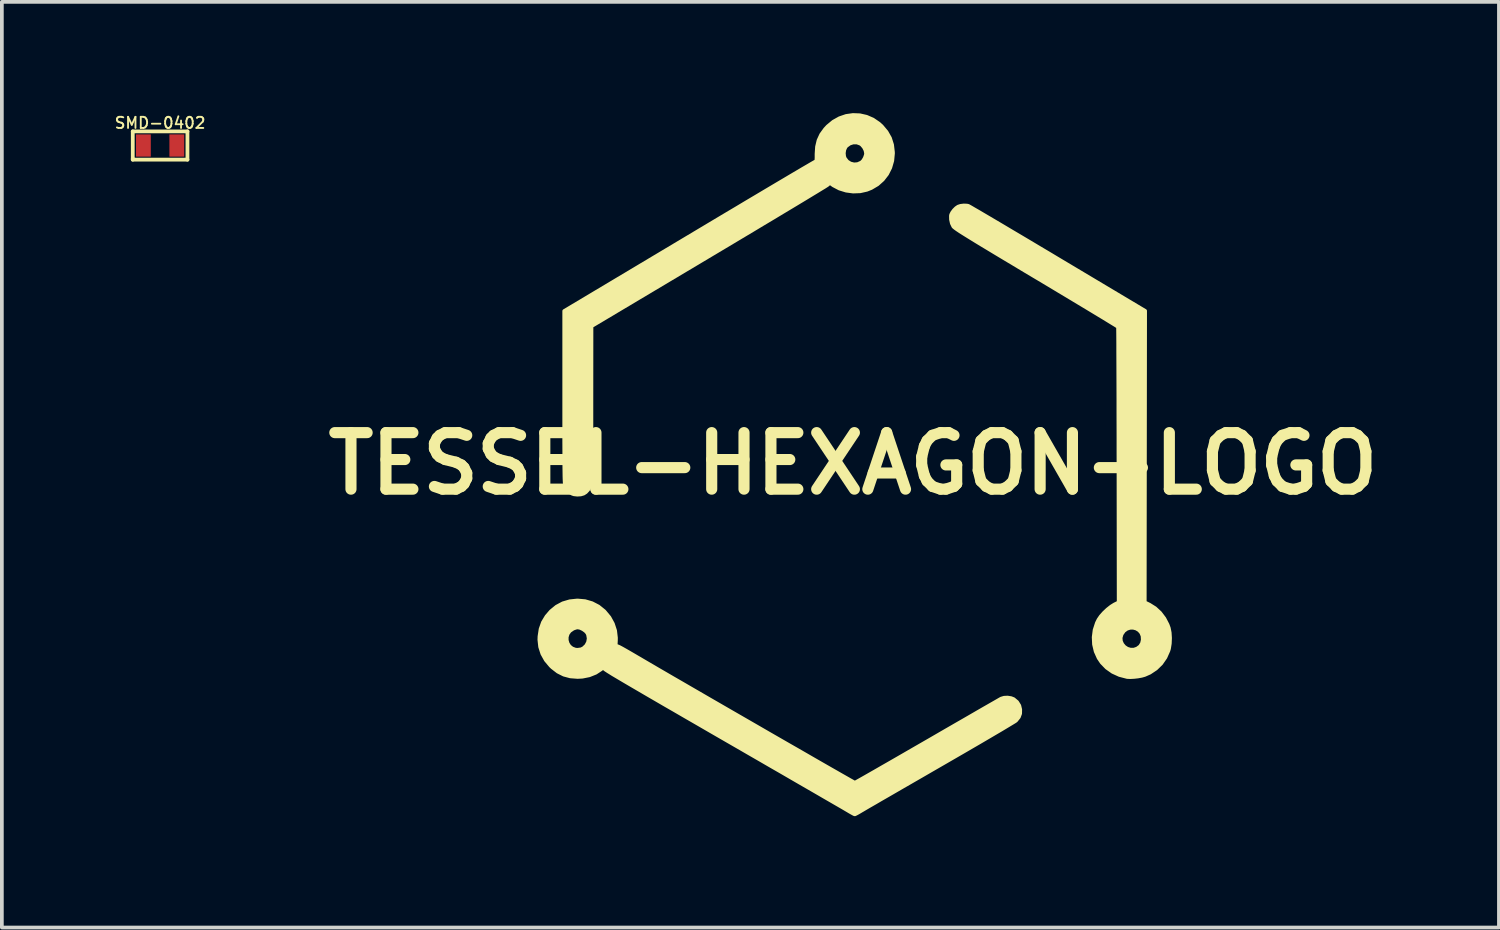
<source format=kicad_pcb>
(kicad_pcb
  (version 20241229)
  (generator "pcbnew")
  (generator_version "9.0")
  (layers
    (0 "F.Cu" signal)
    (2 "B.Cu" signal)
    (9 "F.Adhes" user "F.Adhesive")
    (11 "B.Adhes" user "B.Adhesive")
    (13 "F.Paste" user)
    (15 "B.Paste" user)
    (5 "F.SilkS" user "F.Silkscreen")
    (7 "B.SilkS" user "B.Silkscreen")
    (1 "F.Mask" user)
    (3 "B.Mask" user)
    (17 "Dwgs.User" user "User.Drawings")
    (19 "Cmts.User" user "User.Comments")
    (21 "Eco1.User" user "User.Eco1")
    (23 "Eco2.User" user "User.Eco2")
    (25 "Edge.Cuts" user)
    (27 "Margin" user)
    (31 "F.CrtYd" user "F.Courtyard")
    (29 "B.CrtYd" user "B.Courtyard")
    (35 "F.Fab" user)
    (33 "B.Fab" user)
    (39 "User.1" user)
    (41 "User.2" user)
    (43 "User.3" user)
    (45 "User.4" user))
  (footprint "TESSEL-HEXAGON-LOGO"
    (layer "F.Cu")
    (at 19.946 9.447)
    (property "Reference" "TESSEL-HEXAGON-LOGO" (at 0 0 0) (layer "F.SilkS") (effects (font (size 1.524 1.524) (thickness 0.3))))
    (attr through_hole)
    (fp_poly (pts (xy 8.546 4.703) (xy 8.54 4.851) (xy 8.518 4.988) (xy 8.502 5.043) (xy 8.42 5.227) (xy 8.307 5.39) (xy 8.166 5.527) (xy 8.001 5.637) (xy 7.863 5.698) (xy 7.811 5.713) (xy 7.811 4.751) (xy 7.805 4.647) (xy 7.77 4.561) (xy 7.712 4.494) (xy 7.637 4.448) (xy 7.553 4.425) (xy 7.465 4.427) (xy 7.38 4.455) (xy 7.304 4.51) (xy 7.244 4.595) (xy 7.24 4.603) (xy 7.213 4.697) (xy 7.221 4.788) (xy 7.257 4.87) (xy 7.315 4.939) (xy 7.391 4.99) (xy 7.479 5.017) (xy 7.573 5.016) (xy 7.658 4.987) (xy 7.739 4.927) (xy 7.79 4.845) (xy 7.811 4.751) (xy 7.811 5.713) (xy 7.781 5.721) (xy 7.678 5.74) (xy 7.57 5.752) (xy 7.47 5.757) (xy 7.391 5.753) (xy 7.386 5.752) (xy 7.182 5.699) (xy 6.998 5.615) (xy 6.838 5.502) (xy 6.704 5.364) (xy 6.621 5.242) (xy 6.541 5.064) (xy 6.496 4.874) (xy 6.487 4.68) (xy 6.512 4.486) (xy 6.573 4.298) (xy 6.617 4.208) (xy 6.677 4.12) (xy 6.761 4.025) (xy 6.858 3.933) (xy 6.958 3.854) (xy 7.044 3.8) (xy 7.161 3.742) (xy 7.156 0.039) (xy 7.155 -0.339) (xy 7.155 -0.706) (xy 7.154 -1.061) (xy 7.153 -1.401) (xy 7.153 -1.726) (xy 7.152 -2.033) (xy 7.151 -2.319) (xy 7.15 -2.584) (xy 7.149 -2.825) (xy 7.148 -3.04) (xy 7.148 -3.227) (xy 7.147 -3.386) (xy 7.146 -3.512) (xy 7.145 -3.605) (xy 7.144 -3.663) (xy 7.143 -3.684) (xy 7.126 -3.696) (xy 7.077 -3.728) (xy 6.998 -3.776) (xy 6.892 -3.841) (xy 6.76 -3.922) (xy 6.604 -4.016) (xy 6.427 -4.123) (xy 6.23 -4.242) (xy 6.015 -4.371) (xy 5.784 -4.51) (xy 5.54 -4.656) (xy 5.284 -4.81) (xy 5.018 -4.969) (xy 4.945 -5.012) (xy 4.621 -5.205) (xy 4.33 -5.38) (xy 4.069 -5.536) (xy 3.837 -5.675) (xy 3.632 -5.799) (xy 3.452 -5.907) (xy 3.296 -6.002) (xy 3.163 -6.084) (xy 3.05 -6.154) (xy 2.957 -6.212) (xy 2.88 -6.261) (xy 2.82 -6.301) (xy 2.774 -6.333) (xy 2.74 -6.359) (xy 2.717 -6.378) (xy 2.704 -6.392) (xy 2.703 -6.394) (xy 2.663 -6.477) (xy 2.641 -6.578) (xy 2.639 -6.676) (xy 2.645 -6.71) (xy 2.672 -6.765) (xy 2.719 -6.829) (xy 2.777 -6.887) (xy 2.833 -6.926) (xy 2.9 -6.948) (xy 2.985 -6.958) (xy 3.067 -6.955) (xy 3.107 -6.947) (xy 3.129 -6.935) (xy 3.183 -6.905) (xy 3.266 -6.856) (xy 3.378 -6.792) (xy 3.515 -6.711) (xy 3.675 -6.617) (xy 3.858 -6.509) (xy 4.061 -6.389) (xy 4.281 -6.258) (xy 4.518 -6.118) (xy 4.769 -5.969) (xy 5.032 -5.812) (xy 5.305 -5.65) (xy 5.515 -5.524) (xy 7.874 -4.117) (xy 7.869 -0.188) (xy 7.864 3.742) (xy 7.993 3.805) (xy 8.143 3.899) (xy 8.279 4.025) (xy 8.392 4.175) (xy 8.479 4.342) (xy 8.512 4.432) (xy 8.537 4.558) (xy 8.546 4.703)) (stroke (width 0.1) (type solid)) (fill yes) (layer "F.SilkS"))
    (fp_poly (pts (xy 1.077 -8.362) (xy 1.058 -8.164) (xy 1.004 -7.977) (xy 0.918 -7.806) (xy 0.802 -7.656) (xy 0.659 -7.528) (xy 0.492 -7.429) (xy 0.373 -7.381) (xy 0.351 -7.376) (xy 0.351 -8.367) (xy 0.335 -8.446) (xy 0.293 -8.528) (xy 0.235 -8.596) (xy 0.2 -8.622) (xy 0.106 -8.656) (xy 0.005 -8.657) (xy -0.091 -8.626) (xy -0.174 -8.566) (xy -0.201 -8.535) (xy -0.235 -8.461) (xy -0.249 -8.37) (xy -0.24 -8.28) (xy -0.221 -8.227) (xy -0.157 -8.144) (xy -0.073 -8.09) (xy 0.025 -8.065) (xy 0.126 -8.073) (xy 0.224 -8.116) (xy 0.225 -8.117) (xy 0.275 -8.167) (xy 0.318 -8.24) (xy 0.346 -8.32) (xy 0.351 -8.367) (xy 0.351 -7.376) (xy 0.192 -7.34) (xy 0.003 -7.333) (xy -0.186 -7.358) (xy -0.367 -7.414) (xy -0.531 -7.5) (xy -0.57 -7.528) (xy -0.623 -7.567) (xy -0.689 -7.511) (xy -0.713 -7.495) (xy -0.768 -7.46) (xy -0.854 -7.408) (xy -0.968 -7.338) (xy -1.109 -7.253) (xy -1.275 -7.152) (xy -1.464 -7.038) (xy -1.675 -6.911) (xy -1.907 -6.772) (xy -2.156 -6.622) (xy -2.423 -6.463) (xy -2.704 -6.294) (xy -2.999 -6.118) (xy -3.305 -5.935) (xy -3.622 -5.746) (xy -3.904 -5.578) (xy -7.051 -3.703) (xy -7.053 -1.583) (xy -7.053 -1.249) (xy -7.053 -0.952) (xy -7.054 -0.689) (xy -7.054 -0.459) (xy -7.055 -0.259) (xy -7.056 -0.087) (xy -7.057 0.059) (xy -7.058 0.182) (xy -7.06 0.284) (xy -7.062 0.368) (xy -7.064 0.434) (xy -7.067 0.486) (xy -7.07 0.527) (xy -7.074 0.557) (xy -7.079 0.579) (xy -7.084 0.596) (xy -7.089 0.61) (xy -7.092 0.615) (xy -7.144 0.708) (xy -7.203 0.771) (xy -7.262 0.809) (xy -7.339 0.832) (xy -7.433 0.838) (xy -7.524 0.828) (xy -7.571 0.812) (xy -7.668 0.748) (xy -7.745 0.652) (xy -7.752 0.639) (xy -7.757 0.628) (xy -7.761 0.613) (xy -7.766 0.592) (xy -7.769 0.564) (xy -7.772 0.525) (xy -7.775 0.474) (xy -7.778 0.408) (xy -7.78 0.326) (xy -7.781 0.226) (xy -7.783 0.105) (xy -7.784 -0.039) (xy -7.784 -0.207) (xy -7.785 -0.403) (xy -7.786 -0.627) (xy -7.786 -0.883) (xy -7.786 -1.172) (xy -7.786 -1.496) (xy -7.786 -1.768) (xy -7.786 -4.113) (xy -4.426 -6.119) (xy -4.093 -6.318) (xy -3.768 -6.512) (xy -3.453 -6.7) (xy -3.15 -6.88) (xy -2.861 -7.053) (xy -2.586 -7.216) (xy -2.329 -7.369) (xy -2.09 -7.511) (xy -1.87 -7.641) (xy -1.673 -7.758) (xy -1.498 -7.861) (xy -1.349 -7.949) (xy -1.225 -8.021) (xy -1.13 -8.077) (xy -1.064 -8.115) (xy -1.03 -8.134) (xy -1.025 -8.136) (xy -1.006 -8.143) (xy -0.994 -8.159) (xy -0.987 -8.189) (xy -0.984 -8.242) (xy -0.984 -8.326) (xy -0.984 -8.347) (xy -0.971 -8.542) (xy -0.93 -8.714) (xy -0.858 -8.87) (xy -0.753 -9.015) (xy -0.686 -9.088) (xy -0.532 -9.216) (xy -0.364 -9.31) (xy -0.186 -9.371) (xy -0.002 -9.397) (xy 0.182 -9.39) (xy 0.363 -9.349) (xy 0.536 -9.274) (xy 0.697 -9.164) (xy 0.772 -9.096) (xy 0.902 -8.941) (xy 0.996 -8.775) (xy 1.053 -8.594) (xy 1.076 -8.397) (xy 1.077 -8.362)) (stroke (width 0.1) (type solid)) (fill yes) (layer "F.SilkS"))
    (fp_poly (pts (xy 4.507 6.629) (xy 4.505 6.739) (xy 4.47 6.834) (xy 4.399 6.922) (xy 4.391 6.93) (xy 4.366 6.948) (xy 4.309 6.983) (xy 4.223 7.035) (xy 4.11 7.103) (xy 3.971 7.186) (xy 3.809 7.281) (xy 3.627 7.388) (xy 3.426 7.506) (xy 3.209 7.632) (xy 2.977 7.767) (xy 2.733 7.908) (xy 2.479 8.055) (xy 2.335 8.138) (xy 2.075 8.288) (xy 1.823 8.434) (xy 1.58 8.574) (xy 1.349 8.707) (xy 1.133 8.832) (xy 0.934 8.947) (xy 0.753 9.051) (xy 0.594 9.144) (xy 0.458 9.222) (xy 0.348 9.286) (xy 0.267 9.334) (xy 0.215 9.364) (xy 0.202 9.372) (xy 0.136 9.411) (xy 0.082 9.44) (xy 0.05 9.455) (xy 0.045 9.456) (xy 0.023 9.447) (xy -0.025 9.421) (xy -0.09 9.384) (xy -0.127 9.362) (xy -0.161 9.342) (xy -0.227 9.303) (xy -0.323 9.247) (xy -0.448 9.175) (xy -0.598 9.088) (xy -0.773 8.987) (xy -0.969 8.873) (xy -1.187 8.747) (xy -1.423 8.611) (xy -1.675 8.465) (xy -1.942 8.31) (xy -2.222 8.149) (xy -2.512 7.981) (xy -2.812 7.808) (xy -3.019 7.688) (xy -3.439 7.446) (xy -3.827 7.222) (xy -4.184 7.015) (xy -4.51 6.827) (xy -4.808 6.654) (xy -5.079 6.498) (xy -5.323 6.356) (xy -5.542 6.229) (xy -5.737 6.115) (xy -5.91 6.014) (xy -6.062 5.925) (xy -6.195 5.847) (xy -6.308 5.78) (xy -6.404 5.723) (xy -6.485 5.675) (xy -6.55 5.634) (xy -6.602 5.602) (xy -6.642 5.576) (xy -6.671 5.557) (xy -6.691 5.542) (xy -6.702 5.532) (xy -6.703 5.531) (xy -6.725 5.51) (xy -6.745 5.51) (xy -6.779 5.533) (xy -6.791 5.543) (xy -6.938 5.639) (xy -7.108 5.707) (xy -7.126 5.711) (xy -7.126 4.714) (xy -7.143 4.615) (xy -7.164 4.567) (xy -7.211 4.514) (xy -7.28 4.465) (xy -7.356 4.429) (xy -7.423 4.416) (xy -7.47 4.424) (xy -7.531 4.445) (xy -7.554 4.456) (xy -7.638 4.515) (xy -7.692 4.59) (xy -7.718 4.676) (xy -7.718 4.764) (xy -7.693 4.85) (xy -7.645 4.925) (xy -7.575 4.982) (xy -7.486 5.016) (xy -7.425 5.021) (xy -7.327 5.007) (xy -7.267 4.977) (xy -7.191 4.905) (xy -7.143 4.814) (xy -7.126 4.714) (xy -7.126 5.711) (xy -7.295 5.745) (xy -7.425 5.752) (xy -7.621 5.737) (xy -7.797 5.69) (xy -7.958 5.609) (xy -8.109 5.492) (xy -8.15 5.453) (xy -8.281 5.297) (xy -8.376 5.126) (xy -8.435 4.942) (xy -8.456 4.748) (xy -8.453 4.66) (xy -8.423 4.461) (xy -8.36 4.282) (xy -8.262 4.119) (xy -8.144 3.982) (xy -7.993 3.858) (xy -7.823 3.767) (xy -7.636 3.712) (xy -7.435 3.691) (xy -7.425 3.691) (xy -7.223 3.709) (xy -7.036 3.764) (xy -6.864 3.853) (xy -6.708 3.979) (xy -6.696 3.992) (xy -6.568 4.146) (xy -6.474 4.318) (xy -6.414 4.502) (xy -6.391 4.696) (xy -6.392 4.764) (xy -6.399 4.904) (xy -6.324 4.934) (xy -6.288 4.951) (xy -6.223 4.986) (xy -6.136 5.035) (xy -6.03 5.096) (xy -5.911 5.165) (xy -5.785 5.239) (xy -5.777 5.243) (xy -5.682 5.299) (xy -5.561 5.37) (xy -5.415 5.455) (xy -5.248 5.553) (xy -5.06 5.662) (xy -4.854 5.782) (xy -4.632 5.91) (xy -4.396 6.047) (xy -4.149 6.19) (xy -3.892 6.339) (xy -3.627 6.492) (xy -3.357 6.648) (xy -3.083 6.806) (xy -2.809 6.964) (xy -2.535 7.122) (xy -2.264 7.279) (xy -1.998 7.432) (xy -1.739 7.581) (xy -1.489 7.724) (xy -1.251 7.861) (xy -1.026 7.991) (xy -0.817 8.111) (xy -0.625 8.221) (xy -0.453 8.319) (xy -0.303 8.405) (xy -0.176 8.477) (xy -0.076 8.534) (xy -0.004 8.574) (xy 0.038 8.598) (xy 0.049 8.603) (xy 0.068 8.593) (xy 0.119 8.565) (xy 0.199 8.52) (xy 0.307 8.459) (xy 0.44 8.383) (xy 0.596 8.294) (xy 0.773 8.192) (xy 0.969 8.08) (xy 1.181 7.958) (xy 1.408 7.827) (xy 1.647 7.689) (xy 1.897 7.545) (xy 2.003 7.484) (xy 2.257 7.337) (xy 2.502 7.195) (xy 2.736 7.06) (xy 2.957 6.933) (xy 3.163 6.814) (xy 3.351 6.705) (xy 3.519 6.608) (xy 3.666 6.524) (xy 3.788 6.454) (xy 3.884 6.399) (xy 3.951 6.36) (xy 3.987 6.34) (xy 3.992 6.337) (xy 4.071 6.313) (xy 4.166 6.308) (xy 4.26 6.323) (xy 4.329 6.35) (xy 4.422 6.428) (xy 4.482 6.524) (xy 4.507 6.629)) (stroke (width 0.1) (type solid)) (fill yes) (layer "F.SilkS")))
  (footprint "SMD-0402"
    (layer "F.Cu")
    (at 1.266 0.873)
    (property "Reference" "SMD-0402" (at 0 -0.61 0) (layer "F.SilkS") (effects (font (size 0.3 0.3) (thickness 0.05))))
    (attr smd)
    (fp_line (start -0.737 -0.381) (end -0.737 0.356) (stroke (width 0.102) (type solid)) (layer "F.SilkS"))
    (fp_line (start -0.737 0.356) (end -0.737 0.381) (stroke (width 0.102) (type solid)) (layer "F.SilkS"))
    (fp_line (start -0.737 0.381) (end 0.737 0.381) (stroke (width 0.102) (type solid)) (layer "F.SilkS"))
    (fp_line (start 0.737 -0.381) (end -0.737 -0.381) (stroke (width 0.102) (type solid)) (layer "F.SilkS"))
    (fp_line (start 0.737 0.381) (end 0.737 -0.381) (stroke (width 0.102) (type solid)) (layer "F.SilkS"))
    (pad "1" smd rect (at -0.45 0) (size 0.399 0.599) (layers "F.Cu" "F.Mask" "F.Paste"))
    (pad "2" smd rect (at 0.45 0) (size 0.399 0.599) (layers "F.Cu" "F.Mask" "F.Paste")))
  (gr_rect
    (start -3 -3)
    (end 37.358 21.954)
    (stroke (width 0.1) (type default))
    (fill no)
    (layer "Edge.Cuts")))
</source>
